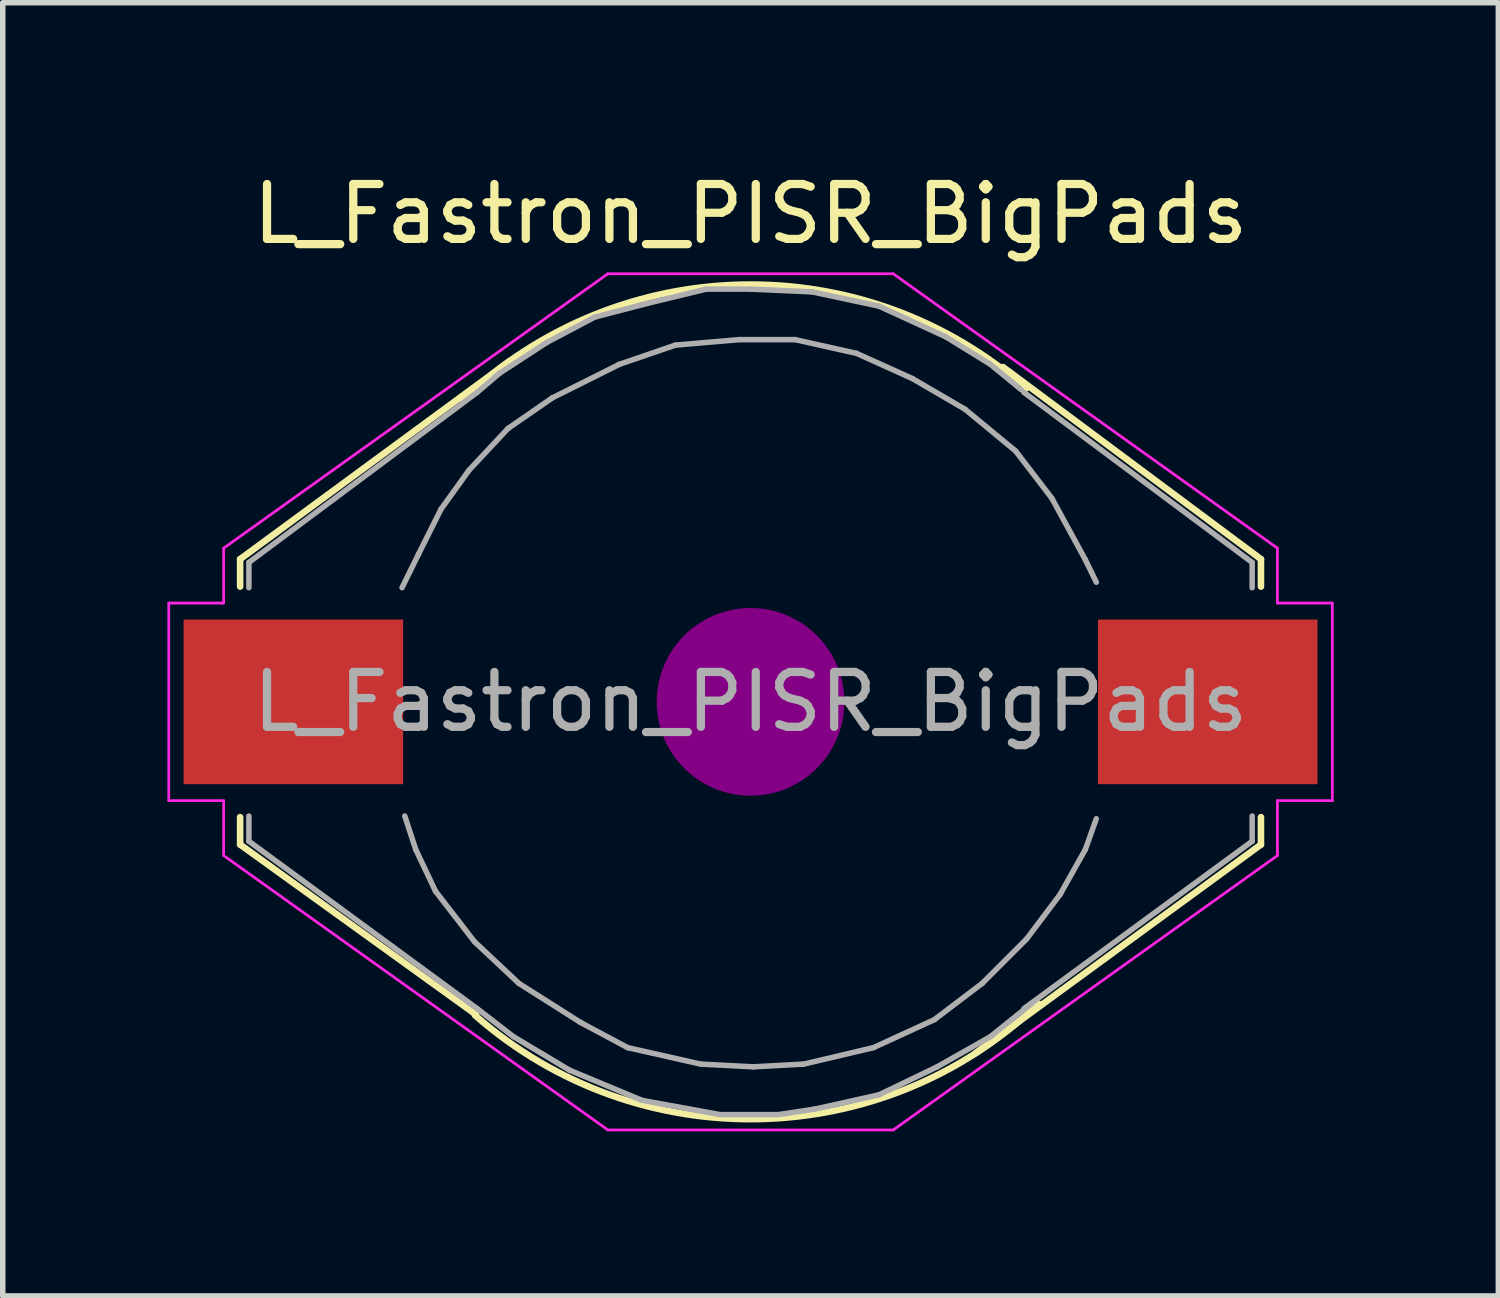
<source format=kicad_pcb>
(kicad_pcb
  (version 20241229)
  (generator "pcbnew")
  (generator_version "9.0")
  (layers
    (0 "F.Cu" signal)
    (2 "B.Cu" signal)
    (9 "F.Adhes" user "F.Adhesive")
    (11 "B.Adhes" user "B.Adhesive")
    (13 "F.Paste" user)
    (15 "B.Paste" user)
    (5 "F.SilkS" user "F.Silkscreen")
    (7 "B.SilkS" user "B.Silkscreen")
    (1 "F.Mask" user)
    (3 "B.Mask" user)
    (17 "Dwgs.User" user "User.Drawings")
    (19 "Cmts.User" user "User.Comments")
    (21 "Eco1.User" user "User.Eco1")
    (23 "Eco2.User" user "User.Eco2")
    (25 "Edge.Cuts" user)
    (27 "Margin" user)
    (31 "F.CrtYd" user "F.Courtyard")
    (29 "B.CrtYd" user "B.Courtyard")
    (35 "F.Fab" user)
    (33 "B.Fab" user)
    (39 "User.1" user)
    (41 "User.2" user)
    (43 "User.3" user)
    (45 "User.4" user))
  (footprint "L_Fastron_PISR_BigPads"
    (layer "F.Cu")
    (at 10.625 9.738)
    (property "Reference" "L_Fastron_PISR_BigPads" (at 0 -8.89 0) (layer "F.SilkS") (effects (font (size 1 1) (thickness 0.15))))
    (attr smd)
    (fp_line (start -9.3 -2.6) (end -9.3 -2.1) (stroke (width 0.12) (type solid)) (layer "F.SilkS"))
    (fp_line (start -9.3 -2.6) (end -4.4 -6.2) (stroke (width 0.12) (type solid)) (layer "F.SilkS"))
    (fp_line (start -9.3 2.6) (end -9.3 2.1) (stroke (width 0.12) (type solid)) (layer "F.SilkS"))
    (fp_line (start -5 5.7) (end -9.3 2.6) (stroke (width 0.12) (type solid)) (layer "F.SilkS"))
    (fp_line (start 4.1 6.4) (end 9.3 2.6) (stroke (width 0.12) (type solid)) (layer "F.SilkS"))
    (fp_line (start 4.6 -6.1) (end 9.3 -2.6) (stroke (width 0.12) (type solid)) (layer "F.SilkS"))
    (fp_line (start 9.3 -2.6) (end 9.3 -2.1) (stroke (width 0.12) (type solid)) (layer "F.SilkS"))
    (fp_line (start 9.3 2.6) (end 9.3 2.1) (stroke (width 0.12) (type solid)) (layer "F.SilkS"))
    (fp_arc (start -5.25 -5.5) (mid -0.15496 -7.601874) (end 5.021503 -5.709379) (stroke (width 0.12) (type solid)) (layer "F.SilkS"))
    (fp_arc (start 5.25 5.5) (mid 0.15496 7.601874) (end -5.021503 5.709379) (stroke (width 0.12) (type solid)) (layer "F.SilkS"))
    (fp_line (start 0 -0.25) (end 0 0.25) (stroke (width 0.38) (type solid)) (layer "F.Adhes"))
    (fp_circle (center 0 0) (end 0 0.25) (stroke (width 0.38) (type solid)) (fill no) (layer "F.Adhes"))
    (fp_circle (center 0 0) (end 0 0.51) (stroke (width 0.38) (type solid)) (fill no) (layer "F.Adhes"))
    (fp_circle (center 0 0) (end 0 0.76) (stroke (width 0.38) (type solid)) (fill no) (layer "F.Adhes"))
    (fp_circle (center 0 0) (end 0 1.02) (stroke (width 0.38) (type solid)) (fill no) (layer "F.Adhes"))
    (fp_circle (center 0 0) (end 0 1.27) (stroke (width 0.38) (type solid)) (fill no) (layer "F.Adhes"))
    (fp_circle (center 0 0) (end 0 1.52) (stroke (width 0.38) (type solid)) (fill no) (layer "F.Adhes"))
    (fp_line (start -10.6 -1.8) (end -9.6 -1.8) (stroke (width 0.05) (type solid)) (layer "F.CrtYd"))
    (fp_line (start -10.6 1.8) (end -10.6 -1.8) (stroke (width 0.05) (type solid)) (layer "F.CrtYd"))
    (fp_line (start -9.6 -2.8) (end -2.6 -7.8) (stroke (width 0.05) (type solid)) (layer "F.CrtYd"))
    (fp_line (start -9.6 -1.8) (end -9.6 -2.8) (stroke (width 0.05) (type solid)) (layer "F.CrtYd"))
    (fp_line (start -9.6 1.8) (end -10.6 1.8) (stroke (width 0.05) (type solid)) (layer "F.CrtYd"))
    (fp_line (start -9.6 2.8) (end -9.6 1.8) (stroke (width 0.05) (type solid)) (layer "F.CrtYd"))
    (fp_line (start -2.6 -7.8) (end 2.6 -7.8) (stroke (width 0.05) (type solid)) (layer "F.CrtYd"))
    (fp_line (start -2.6 7.8) (end -9.6 2.8) (stroke (width 0.05) (type solid)) (layer "F.CrtYd"))
    (fp_line (start 2.6 -7.8) (end 9.6 -2.8) (stroke (width 0.05) (type solid)) (layer "F.CrtYd"))
    (fp_line (start 2.6 7.8) (end -2.6 7.8) (stroke (width 0.05) (type solid)) (layer "F.CrtYd"))
    (fp_line (start 9.6 -2.8) (end 9.6 -1.8) (stroke (width 0.05) (type solid)) (layer "F.CrtYd"))
    (fp_line (start 9.6 -1.8) (end 10.6 -1.8) (stroke (width 0.05) (type solid)) (layer "F.CrtYd"))
    (fp_line (start 9.6 1.8) (end 9.6 2.8) (stroke (width 0.05) (type solid)) (layer "F.CrtYd"))
    (fp_line (start 9.6 2.8) (end 2.6 7.8) (stroke (width 0.05) (type solid)) (layer "F.CrtYd"))
    (fp_line (start 10.6 -1.8) (end 10.6 1.8) (stroke (width 0.05) (type solid)) (layer "F.CrtYd"))
    (fp_line (start 10.6 1.8) (end 9.6 1.8) (stroke (width 0.05) (type solid)) (layer "F.CrtYd"))
    (fp_line (start -9.14 -2.54) (end -4.98 -5.64) (stroke (width 0.1) (type solid)) (layer "F.Fab"))
    (fp_line (start -9.14 -2.08) (end -9.14 -2.54) (stroke (width 0.1) (type solid)) (layer "F.Fab"))
    (fp_line (start -9.14 2.08) (end -9.14 2.54) (stroke (width 0.1) (type solid)) (layer "F.Fab"))
    (fp_line (start -9.14 2.54) (end -4.98 5.59) (stroke (width 0.1) (type solid)) (layer "F.Fab"))
    (fp_line (start -6.35 -2.08) (end -6.05 -2.69) (stroke (width 0.1) (type solid)) (layer "F.Fab"))
    (fp_line (start -6.3 2.08) (end -6.1 2.69) (stroke (width 0.1) (type solid)) (layer "F.Fab"))
    (fp_line (start -6.1 2.69) (end -5.74 3.45) (stroke (width 0.1) (type solid)) (layer "F.Fab"))
    (fp_line (start -6.05 -2.69) (end -5.64 -3.51) (stroke (width 0.1) (type solid)) (layer "F.Fab"))
    (fp_line (start -5.74 3.45) (end -5.03 4.37) (stroke (width 0.1) (type solid)) (layer "F.Fab"))
    (fp_line (start -5.64 -3.51) (end -5.13 -4.22) (stroke (width 0.1) (type solid)) (layer "F.Fab"))
    (fp_line (start -5.13 -4.22) (end -4.42 -4.98) (stroke (width 0.1) (type solid)) (layer "F.Fab"))
    (fp_line (start -5.03 4.37) (end -4.22 5.13) (stroke (width 0.1) (type solid)) (layer "F.Fab"))
    (fp_line (start -4.98 -5.64) (end -4.57 -5.99) (stroke (width 0.1) (type solid)) (layer "F.Fab"))
    (fp_line (start -4.98 5.59) (end -4.32 6.1) (stroke (width 0.1) (type solid)) (layer "F.Fab"))
    (fp_line (start -4.57 -5.99) (end -3.71 -6.55) (stroke (width 0.1) (type solid)) (layer "F.Fab"))
    (fp_line (start -4.42 -4.98) (end -3.61 -5.54) (stroke (width 0.1) (type solid)) (layer "F.Fab"))
    (fp_line (start -4.32 6.1) (end -3.3 6.71) (stroke (width 0.1) (type solid)) (layer "F.Fab"))
    (fp_line (start -4.22 5.13) (end -3.1 5.84) (stroke (width 0.1) (type solid)) (layer "F.Fab"))
    (fp_line (start -3.71 -6.55) (end -2.84 -7.01) (stroke (width 0.1) (type solid)) (layer "F.Fab"))
    (fp_line (start -3.61 -5.54) (end -2.39 -6.15) (stroke (width 0.1) (type solid)) (layer "F.Fab"))
    (fp_line (start -3.3 6.71) (end -1.98 7.26) (stroke (width 0.1) (type solid)) (layer "F.Fab"))
    (fp_line (start -3.1 5.84) (end -2.24 6.3) (stroke (width 0.1) (type solid)) (layer "F.Fab"))
    (fp_line (start -2.84 -7.01) (end -1.88 -7.26) (stroke (width 0.1) (type solid)) (layer "F.Fab"))
    (fp_line (start -2.39 -6.15) (end -1.37 -6.5) (stroke (width 0.1) (type solid)) (layer "F.Fab"))
    (fp_line (start -2.24 6.3) (end -0.91 6.6) (stroke (width 0.1) (type solid)) (layer "F.Fab"))
    (fp_line (start -1.98 7.26) (end -0.56 7.52) (stroke (width 0.1) (type solid)) (layer "F.Fab"))
    (fp_line (start -1.88 -7.26) (end -0.81 -7.52) (stroke (width 0.1) (type solid)) (layer "F.Fab"))
    (fp_line (start -1.37 -6.5) (end -0.2 -6.6) (stroke (width 0.1) (type solid)) (layer "F.Fab"))
    (fp_line (start -0.91 6.6) (end 0.05 6.65) (stroke (width 0.1) (type solid)) (layer "F.Fab"))
    (fp_line (start -0.81 -7.52) (end 0 -7.52) (stroke (width 0.1) (type solid)) (layer "F.Fab"))
    (fp_line (start -0.56 7.52) (end 0.51 7.52) (stroke (width 0.1) (type solid)) (layer "F.Fab"))
    (fp_line (start -0.2 -6.6) (end 0.81 -6.6) (stroke (width 0.1) (type solid)) (layer "F.Fab"))
    (fp_line (start 0 -7.52) (end 1.12 -7.47) (stroke (width 0.1) (type solid)) (layer "F.Fab"))
    (fp_line (start 0.05 6.65) (end 0.97 6.6) (stroke (width 0.1) (type solid)) (layer "F.Fab"))
    (fp_line (start 0.51 7.52) (end 1.17 7.42) (stroke (width 0.1) (type solid)) (layer "F.Fab"))
    (fp_line (start 0.81 -6.6) (end 1.93 -6.35) (stroke (width 0.1) (type solid)) (layer "F.Fab"))
    (fp_line (start 0.97 6.6) (end 2.24 6.3) (stroke (width 0.1) (type solid)) (layer "F.Fab"))
    (fp_line (start 1.12 -7.47) (end 2.34 -7.21) (stroke (width 0.1) (type solid)) (layer "F.Fab"))
    (fp_line (start 1.17 7.42) (end 2.34 7.16) (stroke (width 0.1) (type solid)) (layer "F.Fab"))
    (fp_line (start 1.93 -6.35) (end 2.95 -5.89) (stroke (width 0.1) (type solid)) (layer "F.Fab"))
    (fp_line (start 2.24 6.3) (end 3.35 5.79) (stroke (width 0.1) (type solid)) (layer "F.Fab"))
    (fp_line (start 2.34 -7.21) (end 3.56 -6.65) (stroke (width 0.1) (type solid)) (layer "F.Fab"))
    (fp_line (start 2.34 7.16) (end 3.4 6.65) (stroke (width 0.1) (type solid)) (layer "F.Fab"))
    (fp_line (start 2.95 -5.89) (end 3.91 -5.33) (stroke (width 0.1) (type solid)) (layer "F.Fab"))
    (fp_line (start 3.35 5.79) (end 4.22 5.13) (stroke (width 0.1) (type solid)) (layer "F.Fab"))
    (fp_line (start 3.4 6.65) (end 4.37 6.1) (stroke (width 0.1) (type solid)) (layer "F.Fab"))
    (fp_line (start 3.56 -6.65) (end 4.37 -6.15) (stroke (width 0.1) (type solid)) (layer "F.Fab"))
    (fp_line (start 3.91 -5.33) (end 4.83 -4.57) (stroke (width 0.1) (type solid)) (layer "F.Fab"))
    (fp_line (start 4.22 5.13) (end 5.03 4.32) (stroke (width 0.1) (type solid)) (layer "F.Fab"))
    (fp_line (start 4.37 -6.15) (end 4.93 -5.69) (stroke (width 0.1) (type solid)) (layer "F.Fab"))
    (fp_line (start 4.37 6.1) (end 5.13 5.49) (stroke (width 0.1) (type solid)) (layer "F.Fab"))
    (fp_line (start 4.83 -4.57) (end 5.49 -3.71) (stroke (width 0.1) (type solid)) (layer "F.Fab"))
    (fp_line (start 5.03 4.32) (end 5.64 3.51) (stroke (width 0.1) (type solid)) (layer "F.Fab"))
    (fp_line (start 5.49 -3.71) (end 6.1 -2.59) (stroke (width 0.1) (type solid)) (layer "F.Fab"))
    (fp_line (start 5.64 3.51) (end 6.1 2.69) (stroke (width 0.1) (type solid)) (layer "F.Fab"))
    (fp_line (start 6.1 -2.59) (end 6.3 -2.18) (stroke (width 0.1) (type solid)) (layer "F.Fab"))
    (fp_line (start 6.1 2.69) (end 6.3 2.13) (stroke (width 0.1) (type solid)) (layer "F.Fab"))
    (fp_line (start 9.14 -2.54) (end 4.98 -5.64) (stroke (width 0.1) (type solid)) (layer "F.Fab"))
    (fp_line (start 9.14 -2.08) (end 9.14 -2.54) (stroke (width 0.1) (type solid)) (layer "F.Fab"))
    (fp_line (start 9.14 2.08) (end 9.14 2.54) (stroke (width 0.1) (type solid)) (layer "F.Fab"))
    (fp_line (start 9.14 2.54) (end 4.98 5.59) (stroke (width 0.1) (type solid)) (layer "F.Fab"))
    (fp_text user "${REFERENCE}" (at 0 0 0) (layer "F.Fab") (effects (font (size 1 1) (thickness 0.15))))
    (pad "1" smd rect (at 8.33 0) (size 4 3) (layers "F.Cu" "F.Mask" "F.Paste"))
    (pad "2" smd rect (at -8.33 0) (size 4 3) (layers "F.Cu" "F.Mask" "F.Paste")))
  (gr_rect
    (start -3 -3)
    (end 24.25 20.563)
    (stroke (width 0.1) (type default))
    (fill no)
    (layer "Edge.Cuts")))
</source>
